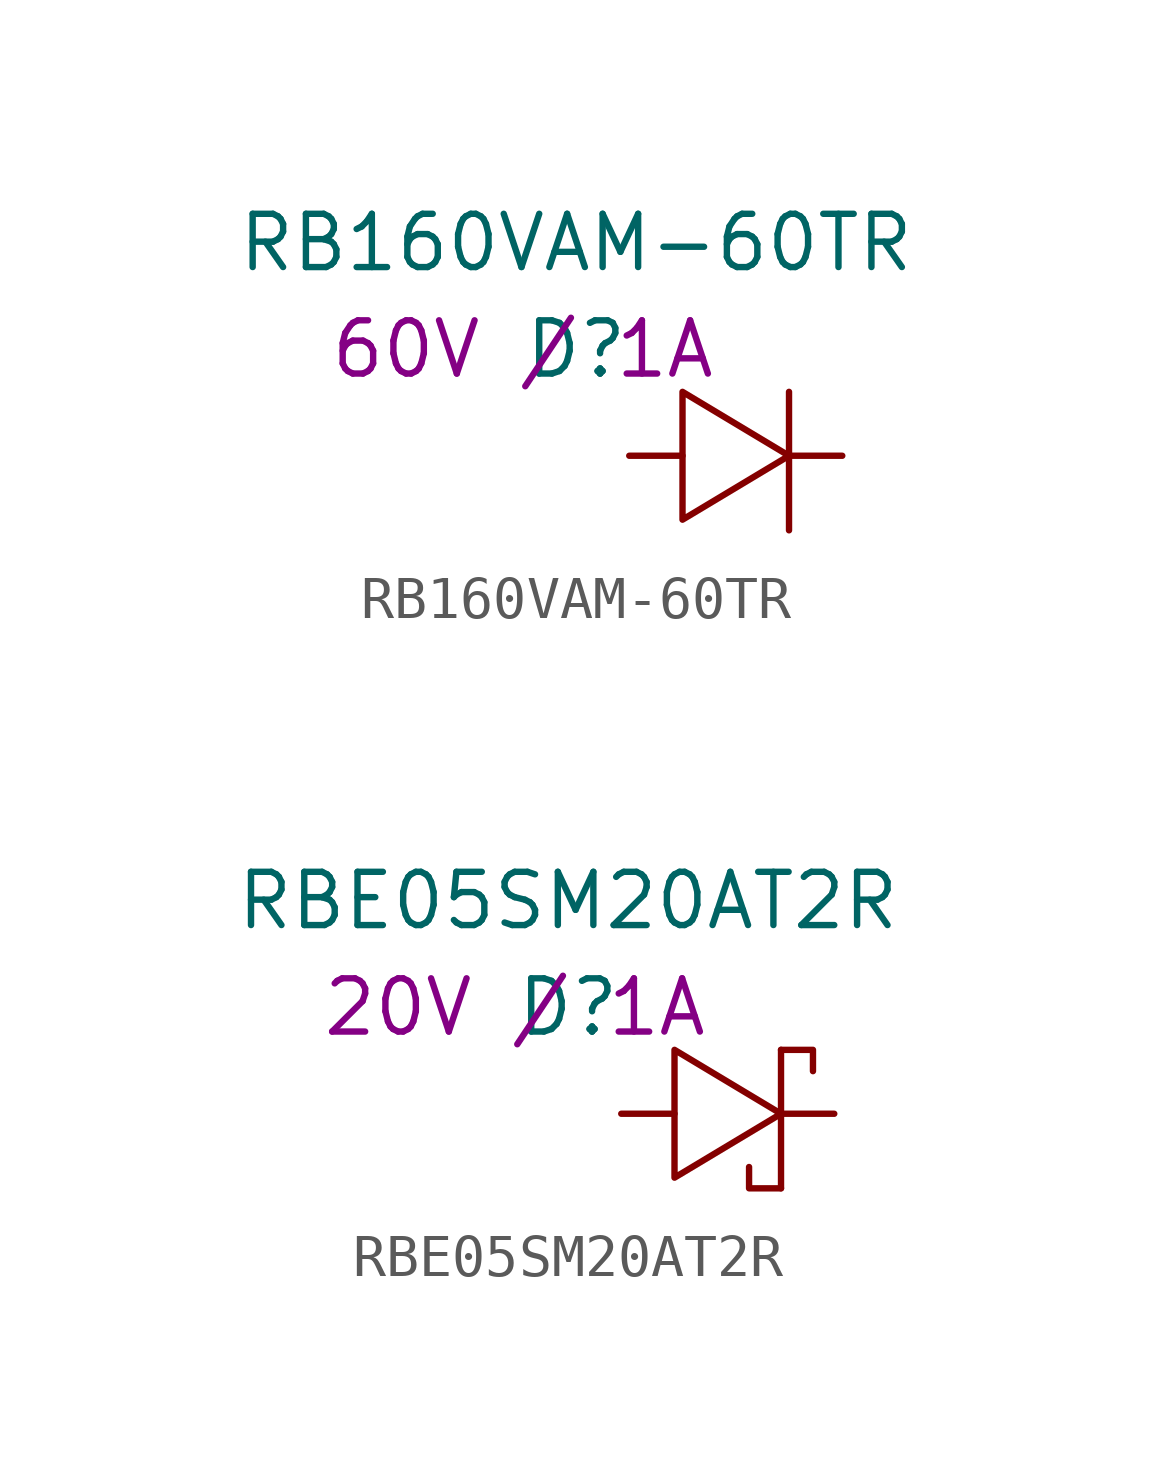
<source format=kicad_sym>
(kicad_symbol_lib
  (version 20220914)
  (generator kicad_symbol_editor)
  (symbol "RB160VAM-60TR"
    (pin_numbers hide)
    (pin_names
      (offset 1.016) hide)
    (property "Reference" "D"
      (at -1.27 5.08 0)
      (effects (font (size 1.27 1.27))))
    (property "Value" "RB160VAM-60TR"
      (at -1.27 7.62 0)
      (effects (font (size 1.27 1.27))))
    (property "Rating" "60V / 1A"
      (at -2.54 5.08 0)
      (effects (font (size 1.27 1.27))))
    (symbol "RB160VAM-60TR_0_1"
      (polyline (pts (xy 3.81 4.064) (xy 3.81 0.762)) (stroke (width 0) (type solid)) (fill (type none)))
      (polyline (pts (xy 1.27 2.54) (xy 1.27 4.064) (xy 3.81 2.54) (xy 1.27 1.016) (xy 1.27 2.54)) (stroke (width 0) (type solid)) (fill (type none))))
    (symbol "RB160VAM-60TR_1_1"
      (pin passive line (at 0 2.54 0) (length 1.27) (name "A" (effects (font (size 1.27 1.27)))) (number "A" (effects (font (size 1.27 1.27)))))
      (pin passive line (at 5.08 2.54 180) (length 1.27) (name "C" (effects (font (size 1.27 1.27)))) (number "C" (effects (font (size 1.27 1.27)))))))
  (symbol "RBE05SM20AT2R"
    (pin_numbers hide)
    (pin_names
      (offset 1.016) hide)
    (property "Reference" "D"
      (at -1.27 5.08 0)
      (effects (font (size 1.27 1.27))))
    (property "Value" "RBE05SM20AT2R"
      (at -1.27 7.62 0)
      (effects (font (size 1.27 1.27))))
    (property "Rating" "20V / 1A"
      (at -2.54 5.08 0)
      (effects (font (size 1.27 1.27))))
    (symbol "RBE05SM20AT2R_0_1"
      (polyline (pts (xy 3.81 4.064) (xy 3.81 0.762)) (stroke (width 0) (type solid)) (fill (type none)))
      (polyline (pts (xy 3.81 0.762) (xy 3.048 0.762) (xy 3.048 1.27)) (stroke (width 0) (type solid)) (fill (type none)))
      (polyline (pts (xy 4.572 3.556) (xy 4.572 4.064) (xy 3.81 4.064)) (stroke (width 0) (type solid)) (fill (type none)))
      (polyline (pts (xy 1.27 2.54) (xy 1.27 4.064) (xy 3.81 2.54) (xy 1.27 1.016) (xy 1.27 2.54)) (stroke (width 0) (type solid)) (fill (type none))))
    (symbol "RBE05SM20AT2R_1_1"
      (pin passive line (at 0 2.54 0) (length 1.27) (name "A" (effects (font (size 1.27 1.27)))) (number "A" (effects (font (size 1.27 1.27)))))
      (pin passive line (at 5.08 2.54 180) (length 1.27) (name "C" (effects (font (size 1.27 1.27)))) (number "C" (effects (font (size 1.27 1.27))))))))
</source>
